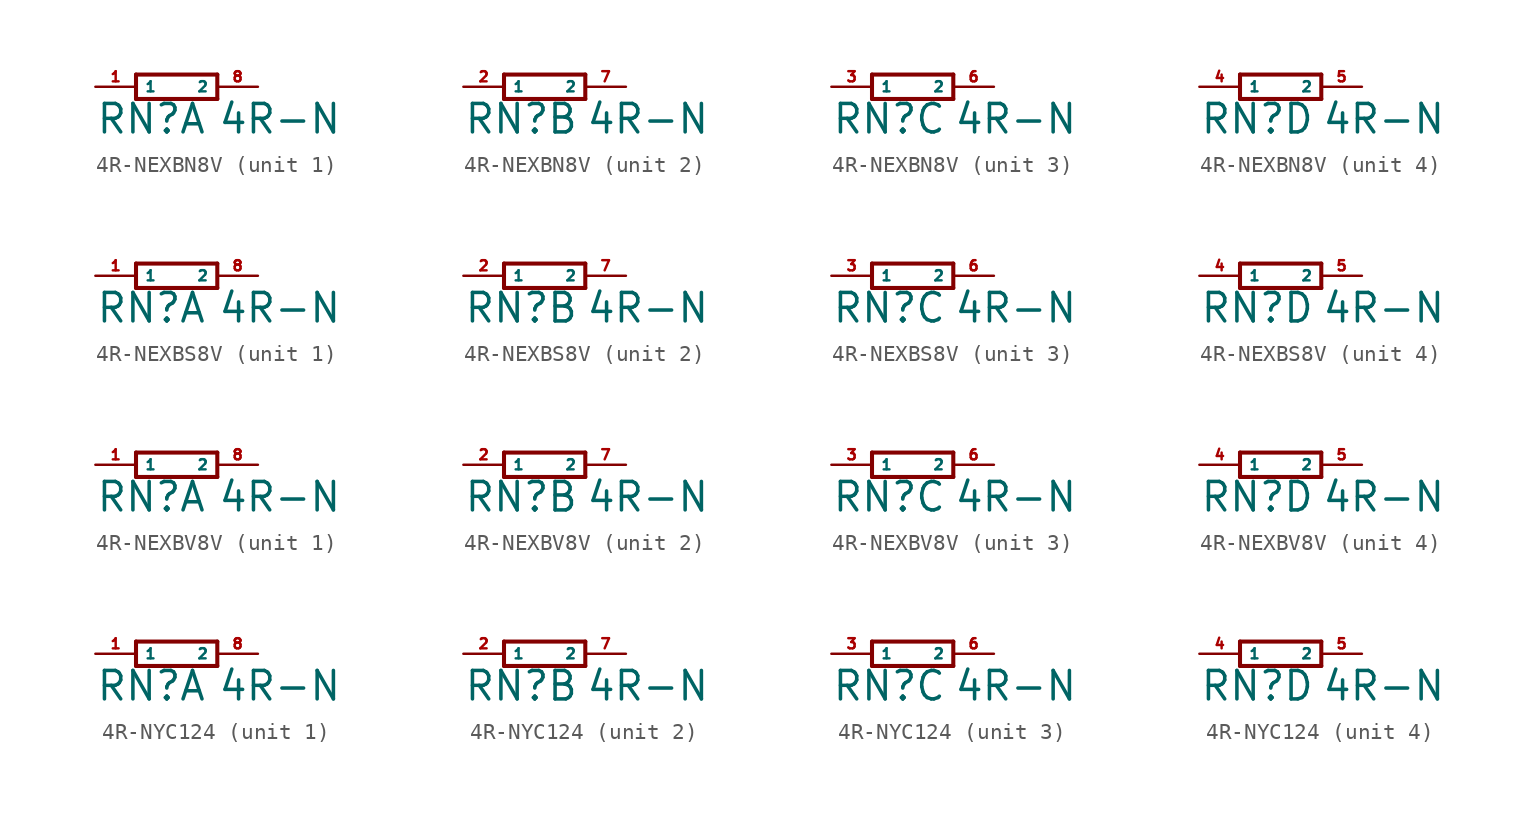
<source format=kicad_sym>
(kicad_symbol_lib
  (version 20220914)
  (generator Eagle2Kicad)
  (symbol "4R-NEXBN8V"
    (property "Reference" "RN"
      (at -5.08 -3.048 0)
      (effects (font (size 1.778 1.778) (thickness 0.22)) (justify left bottom)))
    (property "Value" "4R-N"
      (at 2.54 -3.048 0)
      (effects (font (size 1.778 1.778) (thickness 0.22)) (justify left bottom)))
    (symbol "4R-NEXBN8V_1_0"
      (polyline (pts (xy -2.54 -0.762) (xy 2.54 -0.762)) (stroke (width 0.254) (type default)) (fill (type none)))
      (polyline (pts (xy 2.54 0.762) (xy -2.54 0.762)) (stroke (width 0.254) (type default)) (fill (type none)))
      (polyline (pts (xy 2.54 -0.762) (xy 2.54 0.762)) (stroke (width 0.254) (type default)) (fill (type none)))
      (polyline (pts (xy -2.54 0.762) (xy -2.54 -0.762)) (stroke (width 0.254) (type default)) (fill (type none)))
      (pin passive line (at -5.08 0 0) (length 2.54) (name "1" (effects (font (size 0.635 0.635) (thickness 0.08)) (justify left bottom))) (number "1" (effects (font (size 0.635 0.635) (thickness 0.08)) (justify left bottom))))
      (pin passive line (at 5.08 0 180) (length 2.54) (name "2" (effects (font (size 0.635 0.635) (thickness 0.08)) (justify left bottom))) (number "8" (effects (font (size 0.635 0.635) (thickness 0.08)) (justify left bottom)))))
    (symbol "4R-NEXBN8V_2_0"
      (polyline (pts (xy -2.54 -0.762) (xy 2.54 -0.762)) (stroke (width 0.254) (type default)) (fill (type none)))
      (polyline (pts (xy 2.54 0.762) (xy -2.54 0.762)) (stroke (width 0.254) (type default)) (fill (type none)))
      (polyline (pts (xy 2.54 -0.762) (xy 2.54 0.762)) (stroke (width 0.254) (type default)) (fill (type none)))
      (polyline (pts (xy -2.54 0.762) (xy -2.54 -0.762)) (stroke (width 0.254) (type default)) (fill (type none)))
      (pin passive line (at -5.08 0 0) (length 2.54) (name "1" (effects (font (size 0.635 0.635) (thickness 0.08)) (justify left bottom))) (number "2" (effects (font (size 0.635 0.635) (thickness 0.08)) (justify left bottom))))
      (pin passive line (at 5.08 0 180) (length 2.54) (name "2" (effects (font (size 0.635 0.635) (thickness 0.08)) (justify left bottom))) (number "7" (effects (font (size 0.635 0.635) (thickness 0.08)) (justify left bottom)))))
    (symbol "4R-NEXBN8V_3_0"
      (polyline (pts (xy -2.54 -0.762) (xy 2.54 -0.762)) (stroke (width 0.254) (type default)) (fill (type none)))
      (polyline (pts (xy 2.54 0.762) (xy -2.54 0.762)) (stroke (width 0.254) (type default)) (fill (type none)))
      (polyline (pts (xy 2.54 -0.762) (xy 2.54 0.762)) (stroke (width 0.254) (type default)) (fill (type none)))
      (polyline (pts (xy -2.54 0.762) (xy -2.54 -0.762)) (stroke (width 0.254) (type default)) (fill (type none)))
      (pin passive line (at -5.08 0 0) (length 2.54) (name "1" (effects (font (size 0.635 0.635) (thickness 0.08)) (justify left bottom))) (number "3" (effects (font (size 0.635 0.635) (thickness 0.08)) (justify left bottom))))
      (pin passive line (at 5.08 0 180) (length 2.54) (name "2" (effects (font (size 0.635 0.635) (thickness 0.08)) (justify left bottom))) (number "6" (effects (font (size 0.635 0.635) (thickness 0.08)) (justify left bottom)))))
    (symbol "4R-NEXBN8V_4_0"
      (polyline (pts (xy -2.54 -0.762) (xy 2.54 -0.762)) (stroke (width 0.254) (type default)) (fill (type none)))
      (polyline (pts (xy 2.54 0.762) (xy -2.54 0.762)) (stroke (width 0.254) (type default)) (fill (type none)))
      (polyline (pts (xy 2.54 -0.762) (xy 2.54 0.762)) (stroke (width 0.254) (type default)) (fill (type none)))
      (polyline (pts (xy -2.54 0.762) (xy -2.54 -0.762)) (stroke (width 0.254) (type default)) (fill (type none)))
      (pin passive line (at -5.08 0 0) (length 2.54) (name "1" (effects (font (size 0.635 0.635) (thickness 0.08)) (justify left bottom))) (number "4" (effects (font (size 0.635 0.635) (thickness 0.08)) (justify left bottom))))
      (pin passive line (at 5.08 0 180) (length 2.54) (name "2" (effects (font (size 0.635 0.635) (thickness 0.08)) (justify left bottom))) (number "5" (effects (font (size 0.635 0.635) (thickness 0.08)) (justify left bottom))))))
  (symbol "4R-NEXBS8V"
    (property "Reference" "RN"
      (at -5.08 -3.048 0)
      (effects (font (size 1.778 1.778) (thickness 0.22)) (justify left bottom)))
    (property "Value" "4R-N"
      (at 2.54 -3.048 0)
      (effects (font (size 1.778 1.778) (thickness 0.22)) (justify left bottom)))
    (symbol "4R-NEXBS8V_1_0"
      (polyline (pts (xy -2.54 -0.762) (xy 2.54 -0.762)) (stroke (width 0.254) (type default)) (fill (type none)))
      (polyline (pts (xy 2.54 0.762) (xy -2.54 0.762)) (stroke (width 0.254) (type default)) (fill (type none)))
      (polyline (pts (xy 2.54 -0.762) (xy 2.54 0.762)) (stroke (width 0.254) (type default)) (fill (type none)))
      (polyline (pts (xy -2.54 0.762) (xy -2.54 -0.762)) (stroke (width 0.254) (type default)) (fill (type none)))
      (pin passive line (at -5.08 0 0) (length 2.54) (name "1" (effects (font (size 0.635 0.635) (thickness 0.08)) (justify left bottom))) (number "1" (effects (font (size 0.635 0.635) (thickness 0.08)) (justify left bottom))))
      (pin passive line (at 5.08 0 180) (length 2.54) (name "2" (effects (font (size 0.635 0.635) (thickness 0.08)) (justify left bottom))) (number "8" (effects (font (size 0.635 0.635) (thickness 0.08)) (justify left bottom)))))
    (symbol "4R-NEXBS8V_2_0"
      (polyline (pts (xy -2.54 -0.762) (xy 2.54 -0.762)) (stroke (width 0.254) (type default)) (fill (type none)))
      (polyline (pts (xy 2.54 0.762) (xy -2.54 0.762)) (stroke (width 0.254) (type default)) (fill (type none)))
      (polyline (pts (xy 2.54 -0.762) (xy 2.54 0.762)) (stroke (width 0.254) (type default)) (fill (type none)))
      (polyline (pts (xy -2.54 0.762) (xy -2.54 -0.762)) (stroke (width 0.254) (type default)) (fill (type none)))
      (pin passive line (at -5.08 0 0) (length 2.54) (name "1" (effects (font (size 0.635 0.635) (thickness 0.08)) (justify left bottom))) (number "2" (effects (font (size 0.635 0.635) (thickness 0.08)) (justify left bottom))))
      (pin passive line (at 5.08 0 180) (length 2.54) (name "2" (effects (font (size 0.635 0.635) (thickness 0.08)) (justify left bottom))) (number "7" (effects (font (size 0.635 0.635) (thickness 0.08)) (justify left bottom)))))
    (symbol "4R-NEXBS8V_3_0"
      (polyline (pts (xy -2.54 -0.762) (xy 2.54 -0.762)) (stroke (width 0.254) (type default)) (fill (type none)))
      (polyline (pts (xy 2.54 0.762) (xy -2.54 0.762)) (stroke (width 0.254) (type default)) (fill (type none)))
      (polyline (pts (xy 2.54 -0.762) (xy 2.54 0.762)) (stroke (width 0.254) (type default)) (fill (type none)))
      (polyline (pts (xy -2.54 0.762) (xy -2.54 -0.762)) (stroke (width 0.254) (type default)) (fill (type none)))
      (pin passive line (at -5.08 0 0) (length 2.54) (name "1" (effects (font (size 0.635 0.635) (thickness 0.08)) (justify left bottom))) (number "3" (effects (font (size 0.635 0.635) (thickness 0.08)) (justify left bottom))))
      (pin passive line (at 5.08 0 180) (length 2.54) (name "2" (effects (font (size 0.635 0.635) (thickness 0.08)) (justify left bottom))) (number "6" (effects (font (size 0.635 0.635) (thickness 0.08)) (justify left bottom)))))
    (symbol "4R-NEXBS8V_4_0"
      (polyline (pts (xy -2.54 -0.762) (xy 2.54 -0.762)) (stroke (width 0.254) (type default)) (fill (type none)))
      (polyline (pts (xy 2.54 0.762) (xy -2.54 0.762)) (stroke (width 0.254) (type default)) (fill (type none)))
      (polyline (pts (xy 2.54 -0.762) (xy 2.54 0.762)) (stroke (width 0.254) (type default)) (fill (type none)))
      (polyline (pts (xy -2.54 0.762) (xy -2.54 -0.762)) (stroke (width 0.254) (type default)) (fill (type none)))
      (pin passive line (at -5.08 0 0) (length 2.54) (name "1" (effects (font (size 0.635 0.635) (thickness 0.08)) (justify left bottom))) (number "4" (effects (font (size 0.635 0.635) (thickness 0.08)) (justify left bottom))))
      (pin passive line (at 5.08 0 180) (length 2.54) (name "2" (effects (font (size 0.635 0.635) (thickness 0.08)) (justify left bottom))) (number "5" (effects (font (size 0.635 0.635) (thickness 0.08)) (justify left bottom))))))
  (symbol "4R-NEXBV8V"
    (property "Reference" "RN"
      (at -5.08 -3.048 0)
      (effects (font (size 1.778 1.778) (thickness 0.22)) (justify left bottom)))
    (property "Value" "4R-N"
      (at 2.54 -3.048 0)
      (effects (font (size 1.778 1.778) (thickness 0.22)) (justify left bottom)))
    (symbol "4R-NEXBV8V_1_0"
      (polyline (pts (xy -2.54 -0.762) (xy 2.54 -0.762)) (stroke (width 0.254) (type default)) (fill (type none)))
      (polyline (pts (xy 2.54 0.762) (xy -2.54 0.762)) (stroke (width 0.254) (type default)) (fill (type none)))
      (polyline (pts (xy 2.54 -0.762) (xy 2.54 0.762)) (stroke (width 0.254) (type default)) (fill (type none)))
      (polyline (pts (xy -2.54 0.762) (xy -2.54 -0.762)) (stroke (width 0.254) (type default)) (fill (type none)))
      (pin passive line (at -5.08 0 0) (length 2.54) (name "1" (effects (font (size 0.635 0.635) (thickness 0.08)) (justify left bottom))) (number "1" (effects (font (size 0.635 0.635) (thickness 0.08)) (justify left bottom))))
      (pin passive line (at 5.08 0 180) (length 2.54) (name "2" (effects (font (size 0.635 0.635) (thickness 0.08)) (justify left bottom))) (number "8" (effects (font (size 0.635 0.635) (thickness 0.08)) (justify left bottom)))))
    (symbol "4R-NEXBV8V_2_0"
      (polyline (pts (xy -2.54 -0.762) (xy 2.54 -0.762)) (stroke (width 0.254) (type default)) (fill (type none)))
      (polyline (pts (xy 2.54 0.762) (xy -2.54 0.762)) (stroke (width 0.254) (type default)) (fill (type none)))
      (polyline (pts (xy 2.54 -0.762) (xy 2.54 0.762)) (stroke (width 0.254) (type default)) (fill (type none)))
      (polyline (pts (xy -2.54 0.762) (xy -2.54 -0.762)) (stroke (width 0.254) (type default)) (fill (type none)))
      (pin passive line (at -5.08 0 0) (length 2.54) (name "1" (effects (font (size 0.635 0.635) (thickness 0.08)) (justify left bottom))) (number "2" (effects (font (size 0.635 0.635) (thickness 0.08)) (justify left bottom))))
      (pin passive line (at 5.08 0 180) (length 2.54) (name "2" (effects (font (size 0.635 0.635) (thickness 0.08)) (justify left bottom))) (number "7" (effects (font (size 0.635 0.635) (thickness 0.08)) (justify left bottom)))))
    (symbol "4R-NEXBV8V_3_0"
      (polyline (pts (xy -2.54 -0.762) (xy 2.54 -0.762)) (stroke (width 0.254) (type default)) (fill (type none)))
      (polyline (pts (xy 2.54 0.762) (xy -2.54 0.762)) (stroke (width 0.254) (type default)) (fill (type none)))
      (polyline (pts (xy 2.54 -0.762) (xy 2.54 0.762)) (stroke (width 0.254) (type default)) (fill (type none)))
      (polyline (pts (xy -2.54 0.762) (xy -2.54 -0.762)) (stroke (width 0.254) (type default)) (fill (type none)))
      (pin passive line (at -5.08 0 0) (length 2.54) (name "1" (effects (font (size 0.635 0.635) (thickness 0.08)) (justify left bottom))) (number "3" (effects (font (size 0.635 0.635) (thickness 0.08)) (justify left bottom))))
      (pin passive line (at 5.08 0 180) (length 2.54) (name "2" (effects (font (size 0.635 0.635) (thickness 0.08)) (justify left bottom))) (number "6" (effects (font (size 0.635 0.635) (thickness 0.08)) (justify left bottom)))))
    (symbol "4R-NEXBV8V_4_0"
      (polyline (pts (xy -2.54 -0.762) (xy 2.54 -0.762)) (stroke (width 0.254) (type default)) (fill (type none)))
      (polyline (pts (xy 2.54 0.762) (xy -2.54 0.762)) (stroke (width 0.254) (type default)) (fill (type none)))
      (polyline (pts (xy 2.54 -0.762) (xy 2.54 0.762)) (stroke (width 0.254) (type default)) (fill (type none)))
      (polyline (pts (xy -2.54 0.762) (xy -2.54 -0.762)) (stroke (width 0.254) (type default)) (fill (type none)))
      (pin passive line (at -5.08 0 0) (length 2.54) (name "1" (effects (font (size 0.635 0.635) (thickness 0.08)) (justify left bottom))) (number "4" (effects (font (size 0.635 0.635) (thickness 0.08)) (justify left bottom))))
      (pin passive line (at 5.08 0 180) (length 2.54) (name "2" (effects (font (size 0.635 0.635) (thickness 0.08)) (justify left bottom))) (number "5" (effects (font (size 0.635 0.635) (thickness 0.08)) (justify left bottom))))))
  (symbol "4R-NYC124"
    (property "Reference" "RN"
      (at -5.08 -3.048 0)
      (effects (font (size 1.778 1.778) (thickness 0.22)) (justify left bottom)))
    (property "Value" "4R-N"
      (at 2.54 -3.048 0)
      (effects (font (size 1.778 1.778) (thickness 0.22)) (justify left bottom)))
    (symbol "4R-NYC124_1_0"
      (polyline (pts (xy -2.54 -0.762) (xy 2.54 -0.762)) (stroke (width 0.254) (type default)) (fill (type none)))
      (polyline (pts (xy 2.54 0.762) (xy -2.54 0.762)) (stroke (width 0.254) (type default)) (fill (type none)))
      (polyline (pts (xy 2.54 -0.762) (xy 2.54 0.762)) (stroke (width 0.254) (type default)) (fill (type none)))
      (polyline (pts (xy -2.54 0.762) (xy -2.54 -0.762)) (stroke (width 0.254) (type default)) (fill (type none)))
      (pin passive line (at -5.08 0 0) (length 2.54) (name "1" (effects (font (size 0.635 0.635) (thickness 0.08)) (justify left bottom))) (number "1" (effects (font (size 0.635 0.635) (thickness 0.08)) (justify left bottom))))
      (pin passive line (at 5.08 0 180) (length 2.54) (name "2" (effects (font (size 0.635 0.635) (thickness 0.08)) (justify left bottom))) (number "8" (effects (font (size 0.635 0.635) (thickness 0.08)) (justify left bottom)))))
    (symbol "4R-NYC124_2_0"
      (polyline (pts (xy -2.54 -0.762) (xy 2.54 -0.762)) (stroke (width 0.254) (type default)) (fill (type none)))
      (polyline (pts (xy 2.54 0.762) (xy -2.54 0.762)) (stroke (width 0.254) (type default)) (fill (type none)))
      (polyline (pts (xy 2.54 -0.762) (xy 2.54 0.762)) (stroke (width 0.254) (type default)) (fill (type none)))
      (polyline (pts (xy -2.54 0.762) (xy -2.54 -0.762)) (stroke (width 0.254) (type default)) (fill (type none)))
      (pin passive line (at -5.08 0 0) (length 2.54) (name "1" (effects (font (size 0.635 0.635) (thickness 0.08)) (justify left bottom))) (number "2" (effects (font (size 0.635 0.635) (thickness 0.08)) (justify left bottom))))
      (pin passive line (at 5.08 0 180) (length 2.54) (name "2" (effects (font (size 0.635 0.635) (thickness 0.08)) (justify left bottom))) (number "7" (effects (font (size 0.635 0.635) (thickness 0.08)) (justify left bottom)))))
    (symbol "4R-NYC124_3_0"
      (polyline (pts (xy -2.54 -0.762) (xy 2.54 -0.762)) (stroke (width 0.254) (type default)) (fill (type none)))
      (polyline (pts (xy 2.54 0.762) (xy -2.54 0.762)) (stroke (width 0.254) (type default)) (fill (type none)))
      (polyline (pts (xy 2.54 -0.762) (xy 2.54 0.762)) (stroke (width 0.254) (type default)) (fill (type none)))
      (polyline (pts (xy -2.54 0.762) (xy -2.54 -0.762)) (stroke (width 0.254) (type default)) (fill (type none)))
      (pin passive line (at -5.08 0 0) (length 2.54) (name "1" (effects (font (size 0.635 0.635) (thickness 0.08)) (justify left bottom))) (number "3" (effects (font (size 0.635 0.635) (thickness 0.08)) (justify left bottom))))
      (pin passive line (at 5.08 0 180) (length 2.54) (name "2" (effects (font (size 0.635 0.635) (thickness 0.08)) (justify left bottom))) (number "6" (effects (font (size 0.635 0.635) (thickness 0.08)) (justify left bottom)))))
    (symbol "4R-NYC124_4_0"
      (polyline (pts (xy -2.54 -0.762) (xy 2.54 -0.762)) (stroke (width 0.254) (type default)) (fill (type none)))
      (polyline (pts (xy 2.54 0.762) (xy -2.54 0.762)) (stroke (width 0.254) (type default)) (fill (type none)))
      (polyline (pts (xy 2.54 -0.762) (xy 2.54 0.762)) (stroke (width 0.254) (type default)) (fill (type none)))
      (polyline (pts (xy -2.54 0.762) (xy -2.54 -0.762)) (stroke (width 0.254) (type default)) (fill (type none)))
      (pin passive line (at -5.08 0 0) (length 2.54) (name "1" (effects (font (size 0.635 0.635) (thickness 0.08)) (justify left bottom))) (number "4" (effects (font (size 0.635 0.635) (thickness 0.08)) (justify left bottom))))
      (pin passive line (at 5.08 0 180) (length 2.54) (name "2" (effects (font (size 0.635 0.635) (thickness 0.08)) (justify left bottom))) (number "5" (effects (font (size 0.635 0.635) (thickness 0.08)) (justify left bottom)))))))
</source>
